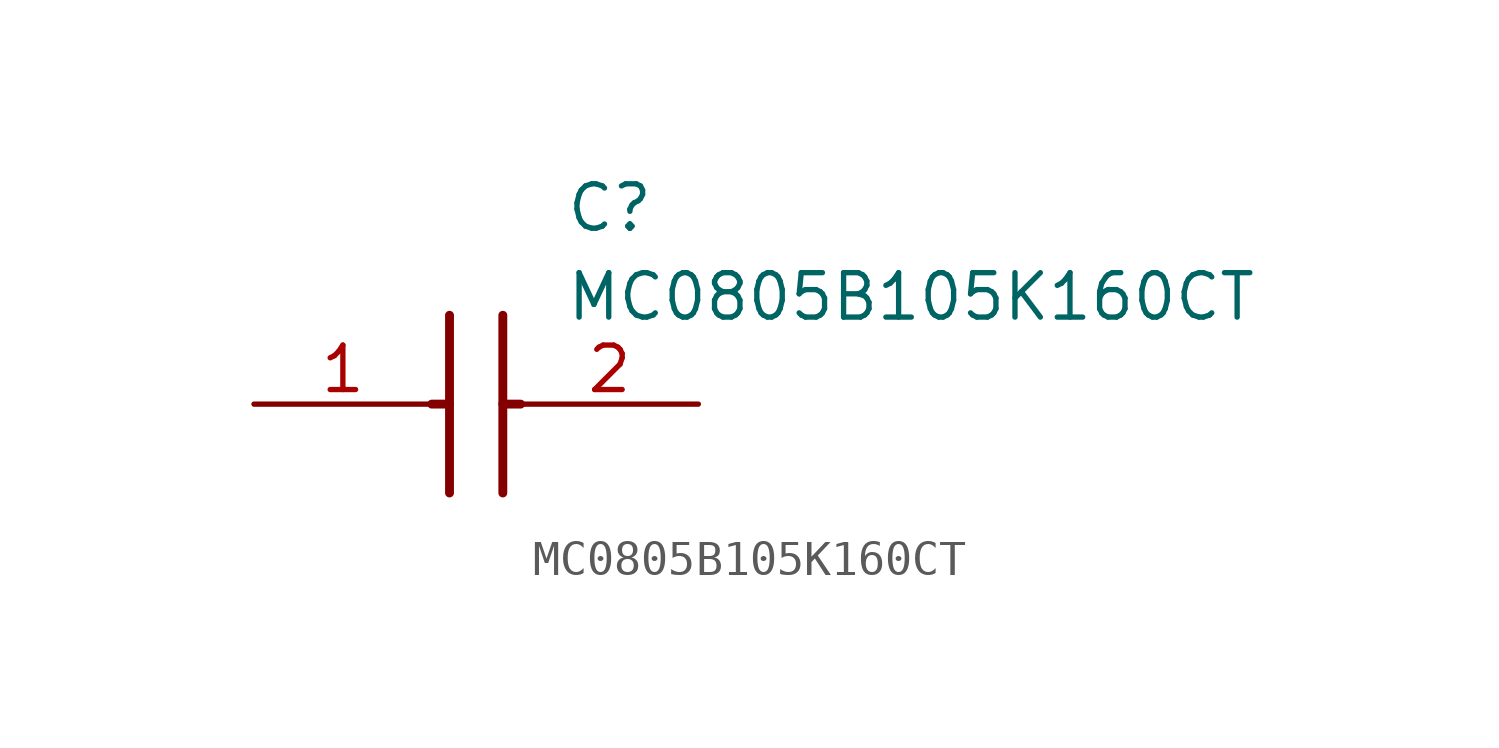
<source format=kicad_sym>
(kicad_symbol_lib
  (version 20211014)
  (generator SamacSys_ECAD_Model)
  (symbol "MC0805B105K160CT"
    (pin_names hide)
    (property "Reference" "C"
      (at 8.89 6.35 0)
      (effects (font (size 1.27 1.27)) (justify left top)))
    (property "Value" "MC0805B105K160CT"
      (at 8.89 3.81 0)
      (effects (font (size 1.27 1.27)) (justify left top)))
    (polyline
      (pts (xy 5.588 2.54) (xy 5.588 -2.54))
      (stroke (width 0.254) (type default))
      (fill (type none)))
    (polyline
      (pts (xy 7.112 2.54) (xy 7.112 -2.54))
      (stroke (width 0.254) (type default))
      (fill (type none)))
    (polyline
      (pts (xy 5.08 0) (xy 5.588 0))
      (stroke (width 0.254) (type default))
      (fill (type none)))
    (polyline
      (pts (xy 7.112 0) (xy 7.62 0))
      (stroke (width 0.254) (type default))
      (fill (type none)))
    (pin passive line
      (at 0 0 0)
      (length 5.08)
      (name "1" (effects (font (size 1.27 1.27))))
      (number "1" (effects (font (size 1.27 1.27)))))
    (pin passive line
      (at 12.7 0 180)
      (length 5.08)
      (name "2" (effects (font (size 1.27 1.27))))
      (number "2" (effects (font (size 1.27 1.27)))))))
</source>
